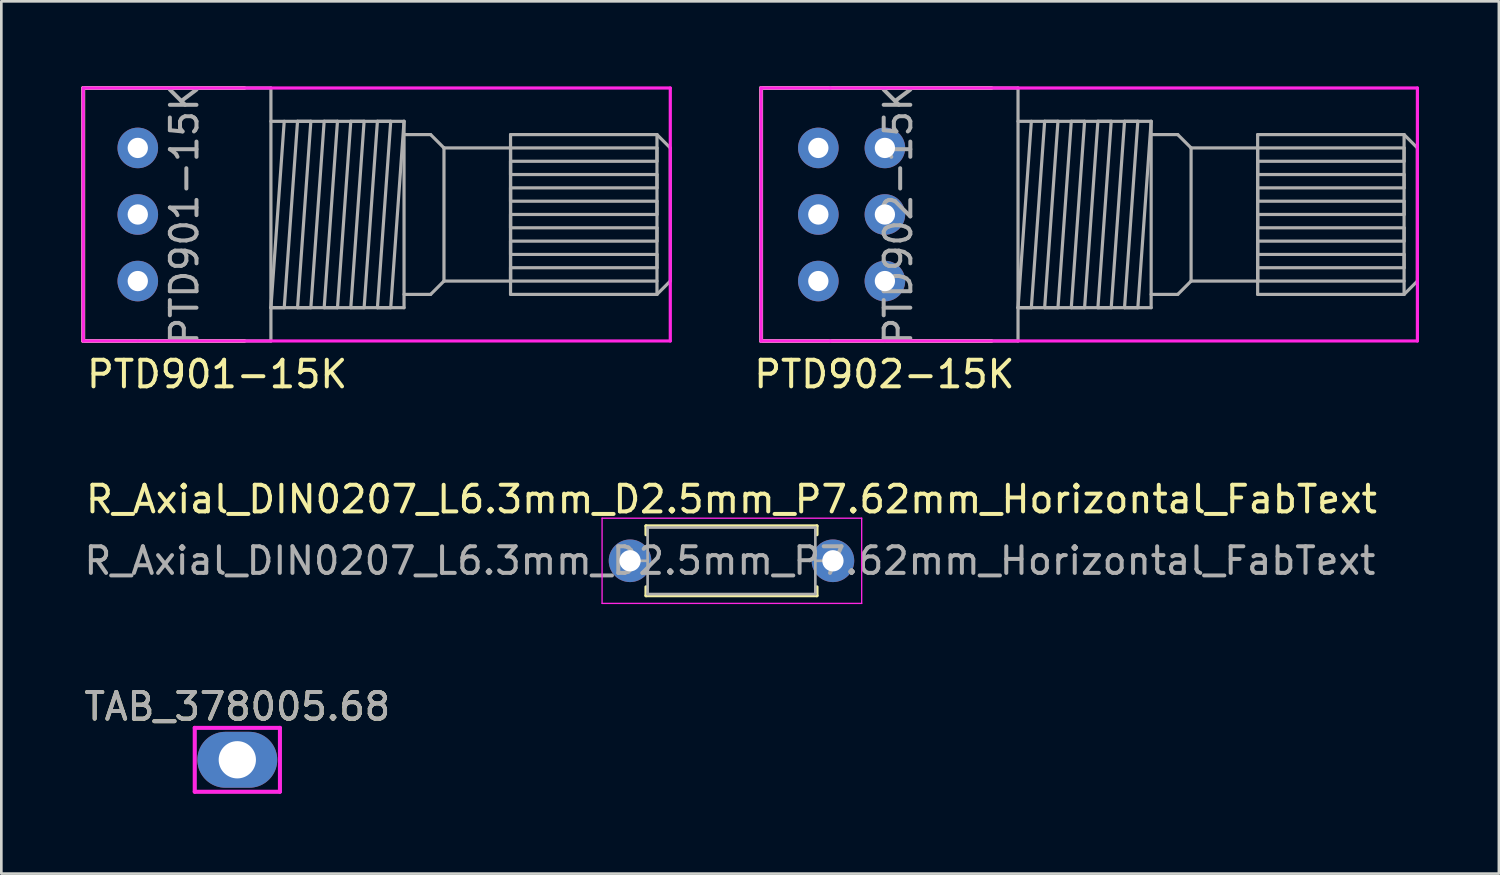
<source format=kicad_pcb>
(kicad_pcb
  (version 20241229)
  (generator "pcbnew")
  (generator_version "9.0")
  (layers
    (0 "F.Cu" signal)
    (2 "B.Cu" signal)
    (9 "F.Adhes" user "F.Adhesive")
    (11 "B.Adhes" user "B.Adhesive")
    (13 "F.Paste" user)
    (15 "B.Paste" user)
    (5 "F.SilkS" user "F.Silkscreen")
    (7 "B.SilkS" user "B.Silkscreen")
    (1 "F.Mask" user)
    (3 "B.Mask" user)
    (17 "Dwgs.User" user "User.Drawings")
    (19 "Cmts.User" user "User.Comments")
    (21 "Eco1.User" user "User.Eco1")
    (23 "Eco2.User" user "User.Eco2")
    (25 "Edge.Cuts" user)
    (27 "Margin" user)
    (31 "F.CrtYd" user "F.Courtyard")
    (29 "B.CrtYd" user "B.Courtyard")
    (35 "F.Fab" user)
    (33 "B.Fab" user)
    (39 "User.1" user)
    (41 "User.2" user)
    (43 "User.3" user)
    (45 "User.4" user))
  (footprint "TAB_378005.68"
    (layer "F.Cu")
    (at 5.863 25.486)
    (property "Reference" "TAB_378005.68" (at 0 -2 0) (layer "F.SilkS") (effects (font (size 1 1) (thickness 0.15))))
    (attr through_hole)
    (fp_line (start -1.6 -1.2) (end 1.6 -1.2) (stroke (width 0.15) (type solid)) (layer "F.CrtYd"))
    (fp_line (start -1.6 1.2) (end -1.6 -1.2) (stroke (width 0.15) (type solid)) (layer "F.CrtYd"))
    (fp_line (start 1.6 -1.2) (end 1.6 1.2) (stroke (width 0.15) (type solid)) (layer "F.CrtYd"))
    (fp_line (start 1.6 1.2) (end -1.6 1.2) (stroke (width 0.15) (type solid)) (layer "F.CrtYd"))
    (fp_line (start -1.6 -1.2) (end 1.6 -1.2) (stroke (width 0.12) (type solid)) (layer "F.Fab"))
    (fp_line (start -1.6 1.2) (end -1.6 -1.2) (stroke (width 0.12) (type solid)) (layer "F.Fab"))
    (fp_line (start 1.6 -1.2) (end 1.6 1.2) (stroke (width 0.12) (type solid)) (layer "F.Fab"))
    (fp_line (start 1.6 1.2) (end -1.6 1.2) (stroke (width 0.12) (type solid)) (layer "F.Fab"))
    (fp_text user "${REFERENCE}" (at 0 -2 0) (layer "F.Fab") (effects (font (size 1 1) (thickness 0.15))))
    (pad "1" thru_hole oval (at 0 0) (size 3 2.1) (drill 1.4) (layers "*.Cu" "*.Mask")))
  (footprint "PTD901-15K"
    (layer "F.Cu")
    (at 2.125 5.006)
    (property "Reference" "PTD901-15K" (at -2 6 0) (layer "F.SilkS") (effects (font (size 1 1) (thickness 0.15)) (justify left)))
    (attr through_hole)
    (fp_line (start -2.05 -4.75) (end -2.05 4.75) (stroke (width 0.15) (type solid)) (layer "F.SilkS"))
    (fp_line (start -2.05 4.75) (end 4 4.75) (stroke (width 0.15) (type solid)) (layer "F.SilkS"))
    (fp_line (start 4 -4.75) (end -2.05 -4.75) (stroke (width 0.15) (type solid)) (layer "F.SilkS"))
    (fp_line (start -2.05 -4.75) (end -2.05 4.75) (stroke (width 0.12) (type solid)) (layer "F.CrtYd"))
    (fp_line (start -2.05 -4.75) (end 20 -4.75) (stroke (width 0.12) (type solid)) (layer "F.CrtYd"))
    (fp_line (start 20 -4.75) (end 20 4.75) (stroke (width 0.12) (type solid)) (layer "F.CrtYd"))
    (fp_line (start 20 4.75) (end -2.05 4.75) (stroke (width 0.12) (type solid)) (layer "F.CrtYd"))
    (fp_line (start -2.05 -4.75) (end -2.05 4.75) (stroke (width 0.12) (type solid)) (layer "F.Fab"))
    (fp_line (start -2.05 4.75) (end 0 4.75) (stroke (width 0.12) (type solid)) (layer "F.Fab"))
    (fp_line (start 0 4.75) (end 5 4.75) (stroke (width 0.12) (type solid)) (layer "F.Fab"))
    (fp_line (start 5 -4.75) (end -2.05 -4.75) (stroke (width 0.12) (type solid)) (layer "F.Fab"))
    (fp_line (start 5 -3.5) (end 10 -3.5) (stroke (width 0.12) (type solid)) (layer "F.Fab"))
    (fp_line (start 5 3.5) (end 5.5 3.5) (stroke (width 0.12) (type solid)) (layer "F.Fab"))
    (fp_line (start 5 4.75) (end 5 -4.75) (stroke (width 0.12) (type solid)) (layer "F.Fab"))
    (fp_line (start 5.5 -3.5) (end 5 3.5) (stroke (width 0.12) (type solid)) (layer "F.Fab"))
    (fp_line (start 5.5 3.5) (end 6 -3.5) (stroke (width 0.12) (type solid)) (layer "F.Fab"))
    (fp_line (start 6 -3.5) (end 6.5 -3.5) (stroke (width 0.12) (type solid)) (layer "F.Fab"))
    (fp_line (start 6 3.5) (end 6.5 3.5) (stroke (width 0.12) (type solid)) (layer "F.Fab"))
    (fp_line (start 6.5 -3.5) (end 6 3.5) (stroke (width 0.12) (type solid)) (layer "F.Fab"))
    (fp_line (start 6.5 3.5) (end 7 -3.5) (stroke (width 0.12) (type solid)) (layer "F.Fab"))
    (fp_line (start 7 -3.5) (end 7.5 -3.5) (stroke (width 0.12) (type solid)) (layer "F.Fab"))
    (fp_line (start 7 3.5) (end 7.5 3.5) (stroke (width 0.12) (type solid)) (layer "F.Fab"))
    (fp_line (start 7.5 -3.5) (end 7 3.5) (stroke (width 0.12) (type solid)) (layer "F.Fab"))
    (fp_line (start 7.5 3.5) (end 8 -3.5) (stroke (width 0.12) (type solid)) (layer "F.Fab"))
    (fp_line (start 8 -3.5) (end 8.5 -3.5) (stroke (width 0.12) (type solid)) (layer "F.Fab"))
    (fp_line (start 8 3.5) (end 8.5 3.5) (stroke (width 0.12) (type solid)) (layer "F.Fab"))
    (fp_line (start 8.5 -3.5) (end 8 3.5) (stroke (width 0.12) (type solid)) (layer "F.Fab"))
    (fp_line (start 8.5 3.5) (end 9 -3.5) (stroke (width 0.12) (type solid)) (layer "F.Fab"))
    (fp_line (start 9 -3.5) (end 9.5 -3.5) (stroke (width 0.12) (type solid)) (layer "F.Fab"))
    (fp_line (start 9 3.5) (end 9.5 3.5) (stroke (width 0.12) (type solid)) (layer "F.Fab"))
    (fp_line (start 9.5 -3.5) (end 9 3.5) (stroke (width 0.12) (type solid)) (layer "F.Fab"))
    (fp_line (start 9.5 3.5) (end 10 -3.5) (stroke (width 0.12) (type solid)) (layer "F.Fab"))
    (fp_line (start 10 -3.5) (end 10 3.5) (stroke (width 0.12) (type solid)) (layer "F.Fab"))
    (fp_line (start 10 -3) (end 11 -3) (stroke (width 0.12) (type solid)) (layer "F.Fab"))
    (fp_line (start 10 3.5) (end 5 3.5) (stroke (width 0.12) (type solid)) (layer "F.Fab"))
    (fp_line (start 11 -3) (end 11.5 -2.5) (stroke (width 0.12) (type solid)) (layer "F.Fab"))
    (fp_line (start 11 3) (end 10 3) (stroke (width 0.12) (type solid)) (layer "F.Fab"))
    (fp_line (start 11.5 -2.5) (end 11.5 2.5) (stroke (width 0.12) (type solid)) (layer "F.Fab"))
    (fp_line (start 11.5 -2.5) (end 14 -2.5) (stroke (width 0.12) (type solid)) (layer "F.Fab"))
    (fp_line (start 11.5 2.5) (end 11 3) (stroke (width 0.12) (type solid)) (layer "F.Fab"))
    (fp_line (start 14 -3) (end 14 3) (stroke (width 0.12) (type solid)) (layer "F.Fab"))
    (fp_line (start 14 -2.5) (end 14 2.5) (stroke (width 0.12) (type solid)) (layer "F.Fab"))
    (fp_line (start 14 -2.5) (end 19.5 -2.5) (stroke (width 0.12) (type solid)) (layer "F.Fab"))
    (fp_line (start 14 -2) (end 14 -1.5) (stroke (width 0.12) (type solid)) (layer "F.Fab"))
    (fp_line (start 14 -1.5) (end 19.5 -1.5) (stroke (width 0.12) (type solid)) (layer "F.Fab"))
    (fp_line (start 14 -1) (end 14 -0.5) (stroke (width 0.12) (type solid)) (layer "F.Fab"))
    (fp_line (start 14 -0.5) (end 19.5 -0.5) (stroke (width 0.12) (type solid)) (layer "F.Fab"))
    (fp_line (start 14 0) (end 14 0.5) (stroke (width 0.12) (type solid)) (layer "F.Fab"))
    (fp_line (start 14 0.5) (end 19.5 0.5) (stroke (width 0.12) (type solid)) (layer "F.Fab"))
    (fp_line (start 14 1) (end 14 1.5) (stroke (width 0.12) (type solid)) (layer "F.Fab"))
    (fp_line (start 14 1.5) (end 19.5 1.5) (stroke (width 0.12) (type solid)) (layer "F.Fab"))
    (fp_line (start 14 2) (end 14 2.5) (stroke (width 0.12) (type solid)) (layer "F.Fab"))
    (fp_line (start 14 2.5) (end 11.5 2.5) (stroke (width 0.12) (type solid)) (layer "F.Fab"))
    (fp_line (start 14 2.5) (end 19.5 2.5) (stroke (width 0.12) (type solid)) (layer "F.Fab"))
    (fp_line (start 14 3) (end 19.5 3) (stroke (width 0.12) (type solid)) (layer "F.Fab"))
    (fp_line (start 19.5 -3) (end 14 -3) (stroke (width 0.12) (type solid)) (layer "F.Fab"))
    (fp_line (start 19.5 -3) (end 19.5 3) (stroke (width 0.12) (type solid)) (layer "F.Fab"))
    (fp_line (start 19.5 -2.5) (end 19.5 -2) (stroke (width 0.12) (type solid)) (layer "F.Fab"))
    (fp_line (start 19.5 -2) (end 14 -2) (stroke (width 0.12) (type solid)) (layer "F.Fab"))
    (fp_line (start 19.5 -1.5) (end 19.5 -1) (stroke (width 0.12) (type solid)) (layer "F.Fab"))
    (fp_line (start 19.5 -1) (end 14 -1) (stroke (width 0.12) (type solid)) (layer "F.Fab"))
    (fp_line (start 19.5 -0.5) (end 19.5 0) (stroke (width 0.12) (type solid)) (layer "F.Fab"))
    (fp_line (start 19.5 0) (end 14 0) (stroke (width 0.12) (type solid)) (layer "F.Fab"))
    (fp_line (start 19.5 0.5) (end 19.5 1) (stroke (width 0.12) (type solid)) (layer "F.Fab"))
    (fp_line (start 19.5 1) (end 14 1) (stroke (width 0.12) (type solid)) (layer "F.Fab"))
    (fp_line (start 19.5 1.5) (end 19.5 2) (stroke (width 0.12) (type solid)) (layer "F.Fab"))
    (fp_line (start 19.5 2) (end 14 2) (stroke (width 0.12) (type solid)) (layer "F.Fab"))
    (fp_line (start 19.5 3) (end 20 2.5) (stroke (width 0.12) (type solid)) (layer "F.Fab"))
    (fp_line (start 20 -2.5) (end 19.5 -3) (stroke (width 0.12) (type solid)) (layer "F.Fab"))
    (fp_line (start 20 2.5) (end 20 -2.5) (stroke (width 0.12) (type solid)) (layer "F.Fab"))
    (fp_text user "${REFERENCE}" (at 1.75 0 90) (layer "F.Fab") (effects (font (size 1 1) (thickness 0.15))))
    (pad "1" thru_hole circle (at 0 -2.5) (size 1.524 1.524) (drill 0.762) (layers "*.Cu" "*.Mask"))
    (pad "2" thru_hole circle (at 0 0) (size 1.524 1.524) (drill 0.762) (layers "*.Cu" "*.Mask"))
    (pad "3" thru_hole circle (at 0 2.5) (size 1.524 1.524) (drill 0.762) (layers "*.Cu" "*.Mask")))
  (footprint "PTD902-15K"
    (layer "F.Cu")
    (at 30.185 5.006)
    (property "Reference" "PTD902-15K" (at -5 6 0) (layer "F.SilkS") (effects (font (size 1 1) (thickness 0.15)) (justify left)))
    (attr through_hole)
    (fp_line (start -4.65 -4.75) (end -4.65 4.75) (stroke (width 0.15) (type solid)) (layer "F.SilkS"))
    (fp_line (start -4.65 4.75) (end -2.05 4.75) (stroke (width 0.15) (type solid)) (layer "F.SilkS"))
    (fp_line (start -2.05 -4.75) (end -4.65 -4.75) (stroke (width 0.15) (type solid)) (layer "F.SilkS"))
    (fp_line (start -2.05 4.75) (end 4 4.75) (stroke (width 0.15) (type solid)) (layer "F.SilkS"))
    (fp_line (start 4 -4.75) (end -2.05 -4.75) (stroke (width 0.15) (type solid)) (layer "F.SilkS"))
    (fp_line (start -4.65 -4.75) (end -4.65 4.75) (stroke (width 0.12) (type solid)) (layer "F.CrtYd"))
    (fp_line (start -4.65 4.75) (end -2.05 4.75) (stroke (width 0.12) (type solid)) (layer "F.CrtYd"))
    (fp_line (start -2.05 -4.75) (end -4.65 -4.75) (stroke (width 0.12) (type solid)) (layer "F.CrtYd"))
    (fp_line (start -2.05 -4.75) (end 20 -4.75) (stroke (width 0.12) (type solid)) (layer "F.CrtYd"))
    (fp_line (start 20 -4.75) (end 20 4.75) (stroke (width 0.12) (type solid)) (layer "F.CrtYd"))
    (fp_line (start 20 4.75) (end -2.05 4.75) (stroke (width 0.12) (type solid)) (layer "F.CrtYd"))
    (fp_line (start -4.65 -4.75) (end -2.05 -4.75) (stroke (width 0.12) (type solid)) (layer "F.Fab"))
    (fp_line (start -4.65 4.75) (end -4.65 -4.75) (stroke (width 0.12) (type solid)) (layer "F.Fab"))
    (fp_line (start -2.05 4.75) (end -4.65 4.75) (stroke (width 0.12) (type solid)) (layer "F.Fab"))
    (fp_line (start -2.05 4.75) (end 0 4.75) (stroke (width 0.12) (type solid)) (layer "F.Fab"))
    (fp_line (start 0 4.75) (end 5 4.75) (stroke (width 0.12) (type solid)) (layer "F.Fab"))
    (fp_line (start 5 -4.75) (end -2.05 -4.75) (stroke (width 0.12) (type solid)) (layer "F.Fab"))
    (fp_line (start 5 -3.5) (end 10 -3.5) (stroke (width 0.12) (type solid)) (layer "F.Fab"))
    (fp_line (start 5 3.5) (end 5.5 3.5) (stroke (width 0.12) (type solid)) (layer "F.Fab"))
    (fp_line (start 5 4.75) (end 5 -4.75) (stroke (width 0.12) (type solid)) (layer "F.Fab"))
    (fp_line (start 5.5 -3.5) (end 5 3.5) (stroke (width 0.12) (type solid)) (layer "F.Fab"))
    (fp_line (start 5.5 3.5) (end 6 -3.5) (stroke (width 0.12) (type solid)) (layer "F.Fab"))
    (fp_line (start 6 -3.5) (end 6.5 -3.5) (stroke (width 0.12) (type solid)) (layer "F.Fab"))
    (fp_line (start 6 3.5) (end 6.5 3.5) (stroke (width 0.12) (type solid)) (layer "F.Fab"))
    (fp_line (start 6.5 -3.5) (end 6 3.5) (stroke (width 0.12) (type solid)) (layer "F.Fab"))
    (fp_line (start 6.5 3.5) (end 7 -3.5) (stroke (width 0.12) (type solid)) (layer "F.Fab"))
    (fp_line (start 7 -3.5) (end 7.5 -3.5) (stroke (width 0.12) (type solid)) (layer "F.Fab"))
    (fp_line (start 7 3.5) (end 7.5 3.5) (stroke (width 0.12) (type solid)) (layer "F.Fab"))
    (fp_line (start 7.5 -3.5) (end 7 3.5) (stroke (width 0.12) (type solid)) (layer "F.Fab"))
    (fp_line (start 7.5 3.5) (end 8 -3.5) (stroke (width 0.12) (type solid)) (layer "F.Fab"))
    (fp_line (start 8 -3.5) (end 8.5 -3.5) (stroke (width 0.12) (type solid)) (layer "F.Fab"))
    (fp_line (start 8 3.5) (end 8.5 3.5) (stroke (width 0.12) (type solid)) (layer "F.Fab"))
    (fp_line (start 8.5 -3.5) (end 8 3.5) (stroke (width 0.12) (type solid)) (layer "F.Fab"))
    (fp_line (start 8.5 3.5) (end 9 -3.5) (stroke (width 0.12) (type solid)) (layer "F.Fab"))
    (fp_line (start 9 -3.5) (end 9.5 -3.5) (stroke (width 0.12) (type solid)) (layer "F.Fab"))
    (fp_line (start 9 3.5) (end 9.5 3.5) (stroke (width 0.12) (type solid)) (layer "F.Fab"))
    (fp_line (start 9.5 -3.5) (end 9 3.5) (stroke (width 0.12) (type solid)) (layer "F.Fab"))
    (fp_line (start 9.5 3.5) (end 10 -3.5) (stroke (width 0.12) (type solid)) (layer "F.Fab"))
    (fp_line (start 10 -3.5) (end 10 3.5) (stroke (width 0.12) (type solid)) (layer "F.Fab"))
    (fp_line (start 10 -3) (end 11 -3) (stroke (width 0.12) (type solid)) (layer "F.Fab"))
    (fp_line (start 10 3.5) (end 5 3.5) (stroke (width 0.12) (type solid)) (layer "F.Fab"))
    (fp_line (start 11 -3) (end 11.5 -2.5) (stroke (width 0.12) (type solid)) (layer "F.Fab"))
    (fp_line (start 11 3) (end 10 3) (stroke (width 0.12) (type solid)) (layer "F.Fab"))
    (fp_line (start 11.5 -2.5) (end 11.5 2.5) (stroke (width 0.12) (type solid)) (layer "F.Fab"))
    (fp_line (start 11.5 -2.5) (end 14 -2.5) (stroke (width 0.12) (type solid)) (layer "F.Fab"))
    (fp_line (start 11.5 2.5) (end 11 3) (stroke (width 0.12) (type solid)) (layer "F.Fab"))
    (fp_line (start 14 -3) (end 14 3) (stroke (width 0.12) (type solid)) (layer "F.Fab"))
    (fp_line (start 14 -2.5) (end 14 2.5) (stroke (width 0.12) (type solid)) (layer "F.Fab"))
    (fp_line (start 14 -2.5) (end 19.5 -2.5) (stroke (width 0.12) (type solid)) (layer "F.Fab"))
    (fp_line (start 14 -2) (end 14 -1.5) (stroke (width 0.12) (type solid)) (layer "F.Fab"))
    (fp_line (start 14 -1.5) (end 19.5 -1.5) (stroke (width 0.12) (type solid)) (layer "F.Fab"))
    (fp_line (start 14 -1) (end 14 -0.5) (stroke (width 0.12) (type solid)) (layer "F.Fab"))
    (fp_line (start 14 -0.5) (end 19.5 -0.5) (stroke (width 0.12) (type solid)) (layer "F.Fab"))
    (fp_line (start 14 0) (end 14 0.5) (stroke (width 0.12) (type solid)) (layer "F.Fab"))
    (fp_line (start 14 0.5) (end 19.5 0.5) (stroke (width 0.12) (type solid)) (layer "F.Fab"))
    (fp_line (start 14 1) (end 14 1.5) (stroke (width 0.12) (type solid)) (layer "F.Fab"))
    (fp_line (start 14 1.5) (end 19.5 1.5) (stroke (width 0.12) (type solid)) (layer "F.Fab"))
    (fp_line (start 14 2) (end 14 2.5) (stroke (width 0.12) (type solid)) (layer "F.Fab"))
    (fp_line (start 14 2.5) (end 11.5 2.5) (stroke (width 0.12) (type solid)) (layer "F.Fab"))
    (fp_line (start 14 2.5) (end 19.5 2.5) (stroke (width 0.12) (type solid)) (layer "F.Fab"))
    (fp_line (start 14 3) (end 19.5 3) (stroke (width 0.12) (type solid)) (layer "F.Fab"))
    (fp_line (start 19.5 -3) (end 14 -3) (stroke (width 0.12) (type solid)) (layer "F.Fab"))
    (fp_line (start 19.5 -3) (end 19.5 3) (stroke (width 0.12) (type solid)) (layer "F.Fab"))
    (fp_line (start 19.5 -2.5) (end 19.5 -2) (stroke (width 0.12) (type solid)) (layer "F.Fab"))
    (fp_line (start 19.5 -2) (end 14 -2) (stroke (width 0.12) (type solid)) (layer "F.Fab"))
    (fp_line (start 19.5 -1.5) (end 19.5 -1) (stroke (width 0.12) (type solid)) (layer "F.Fab"))
    (fp_line (start 19.5 -1) (end 14 -1) (stroke (width 0.12) (type solid)) (layer "F.Fab"))
    (fp_line (start 19.5 -0.5) (end 19.5 0) (stroke (width 0.12) (type solid)) (layer "F.Fab"))
    (fp_line (start 19.5 0) (end 14 0) (stroke (width 0.12) (type solid)) (layer "F.Fab"))
    (fp_line (start 19.5 0.5) (end 19.5 1) (stroke (width 0.12) (type solid)) (layer "F.Fab"))
    (fp_line (start 19.5 1) (end 14 1) (stroke (width 0.12) (type solid)) (layer "F.Fab"))
    (fp_line (start 19.5 1.5) (end 19.5 2) (stroke (width 0.12) (type solid)) (layer "F.Fab"))
    (fp_line (start 19.5 2) (end 14 2) (stroke (width 0.12) (type solid)) (layer "F.Fab"))
    (fp_line (start 19.5 3) (end 20 2.5) (stroke (width 0.12) (type solid)) (layer "F.Fab"))
    (fp_line (start 20 -2.5) (end 19.5 -3) (stroke (width 0.12) (type solid)) (layer "F.Fab"))
    (fp_line (start 20 2.5) (end 20 -2.5) (stroke (width 0.12) (type solid)) (layer "F.Fab"))
    (fp_text user "${REFERENCE}" (at 0.5 0 90) (layer "F.Fab") (effects (font (size 1 1) (thickness 0.15))))
    (pad "1" thru_hole circle (at 0 -2.5) (size 1.524 1.524) (drill 0.762) (layers "*.Cu" "*.Mask"))
    (pad "2" thru_hole circle (at 0 0) (size 1.524 1.524) (drill 0.762) (layers "*.Cu" "*.Mask"))
    (pad "3" thru_hole circle (at 0 2.5) (size 1.524 1.524) (drill 0.762) (layers "*.Cu" "*.Mask"))
    (pad "4" thru_hole circle (at -2.5 -2.5) (size 1.524 1.524) (drill 0.762) (layers "*.Cu" "*.Mask"))
    (pad "5" thru_hole circle (at -2.5 0) (size 1.524 1.524) (drill 0.762) (layers "*.Cu" "*.Mask"))
    (pad "6" thru_hole circle (at -2.5 2.5) (size 1.524 1.524) (drill 0.762) (layers "*.Cu" "*.Mask")))
  (footprint "R_Axial_DIN0207_L6.3mm_D2.5mm_P7.62mm_Horizontal_FabText"
    (layer "F.Cu")
    (at 20.613 18.012)
    (property "Reference" "R_Axial_DIN0207_L6.3mm_D2.5mm_P7.62mm_Horizontal_FabText" (at 3.81 -2.31 0) (layer "F.SilkS") (effects (font (size 1 1) (thickness 0.15))))
    (attr through_hole)
    (fp_line (start 0.6 -1.31) (end 7.02 -1.31) (stroke (width 0.12) (type solid)) (layer "F.SilkS"))
    (fp_line (start 0.6 -0.98) (end 0.6 -1.31) (stroke (width 0.12) (type solid)) (layer "F.SilkS"))
    (fp_line (start 0.6 0.98) (end 0.6 1.31) (stroke (width 0.12) (type solid)) (layer "F.SilkS"))
    (fp_line (start 0.6 1.31) (end 7.02 1.31) (stroke (width 0.12) (type solid)) (layer "F.SilkS"))
    (fp_line (start 7.02 -1.31) (end 7.02 -0.98) (stroke (width 0.12) (type solid)) (layer "F.SilkS"))
    (fp_line (start 7.02 1.31) (end 7.02 0.98) (stroke (width 0.12) (type solid)) (layer "F.SilkS"))
    (fp_line (start -1.05 -1.6) (end -1.05 1.6) (stroke (width 0.05) (type solid)) (layer "F.CrtYd"))
    (fp_line (start -1.05 1.6) (end 8.7 1.6) (stroke (width 0.05) (type solid)) (layer "F.CrtYd"))
    (fp_line (start 8.7 -1.6) (end -1.05 -1.6) (stroke (width 0.05) (type solid)) (layer "F.CrtYd"))
    (fp_line (start 8.7 1.6) (end 8.7 -1.6) (stroke (width 0.05) (type solid)) (layer "F.CrtYd"))
    (fp_line (start 0 0) (end 0.66 0) (stroke (width 0.1) (type solid)) (layer "F.Fab"))
    (fp_line (start 0.66 -1.25) (end 0.66 1.25) (stroke (width 0.1) (type solid)) (layer "F.Fab"))
    (fp_line (start 0.66 1.25) (end 6.96 1.25) (stroke (width 0.1) (type solid)) (layer "F.Fab"))
    (fp_line (start 6.96 -1.25) (end 0.66 -1.25) (stroke (width 0.1) (type solid)) (layer "F.Fab"))
    (fp_line (start 6.96 1.25) (end 6.96 -1.25) (stroke (width 0.1) (type solid)) (layer "F.Fab"))
    (fp_line (start 7.62 0) (end 6.96 0) (stroke (width 0.1) (type solid)) (layer "F.Fab"))
    (fp_text user "${REFERENCE}" (at 3.75 0 0) (layer "F.Fab") (effects (font (size 1 1) (thickness 0.15))))
    (pad "1" thru_hole circle (at 0 0) (size 1.6 1.6) (drill 0.8) (layers "*.Cu" "*.Mask"))
    (pad "2" thru_hole oval (at 7.62 0) (size 1.6 1.6) (drill 0.8) (layers "*.Cu" "*.Mask")))
  (gr_rect
    (start -3 -3)
    (end 53.245 29.761)
    (stroke (width 0.1) (type default))
    (fill no)
    (layer "Edge.Cuts")))
</source>
